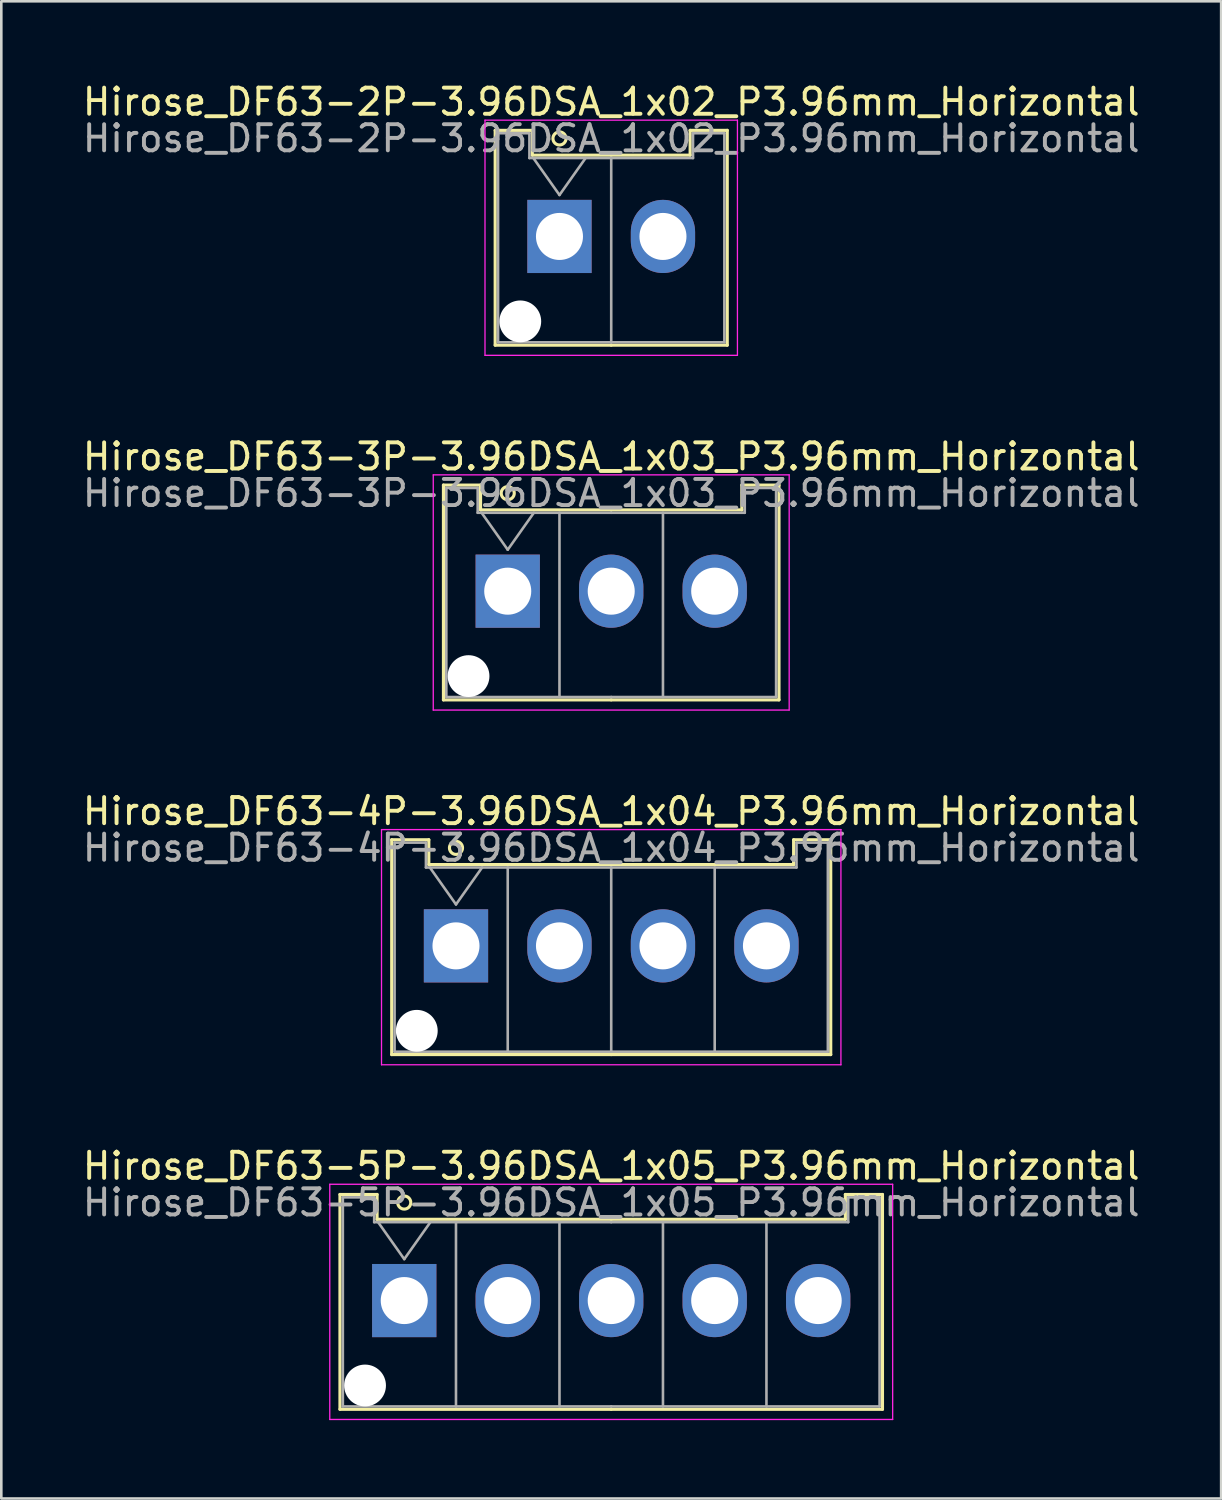
<source format=kicad_pcb>
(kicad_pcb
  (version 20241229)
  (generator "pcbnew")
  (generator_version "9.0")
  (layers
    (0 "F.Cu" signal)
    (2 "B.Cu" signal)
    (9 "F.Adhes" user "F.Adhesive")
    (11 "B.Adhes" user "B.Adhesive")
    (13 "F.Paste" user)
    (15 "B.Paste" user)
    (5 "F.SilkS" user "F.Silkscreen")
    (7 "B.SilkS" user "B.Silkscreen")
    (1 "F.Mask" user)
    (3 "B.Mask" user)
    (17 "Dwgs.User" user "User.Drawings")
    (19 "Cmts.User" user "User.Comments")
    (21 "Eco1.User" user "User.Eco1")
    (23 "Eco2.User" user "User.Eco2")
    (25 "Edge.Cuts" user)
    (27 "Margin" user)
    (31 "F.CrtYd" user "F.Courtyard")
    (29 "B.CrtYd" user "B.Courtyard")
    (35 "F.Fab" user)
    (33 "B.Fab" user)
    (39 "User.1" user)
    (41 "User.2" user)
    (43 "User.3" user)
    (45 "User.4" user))
  (footprint "Hirose_DF63-3P-3.96DSA_1x03_P3.96mm_Horizontal"
    (layer "F.Cu")
    (at 16.379 19.572)
    (property "Reference" "Hirose_DF63-3P-3.96DSA_1x03_P3.96mm_Horizontal" (at 3.96 -5.15 0) (layer "F.SilkS") (effects (font (size 1 1) (thickness 0.15))))
    (attr through_hole)
    (fp_line (start -2.46 -4.06) (end -1.04 -4.06) (stroke (width 0.12) (type solid)) (layer "F.SilkS"))
    (fp_line (start -2.46 4.16) (end -2.46 -4.06) (stroke (width 0.12) (type solid)) (layer "F.SilkS"))
    (fp_line (start -1.04 -4.06) (end -1.04 -3.11) (stroke (width 0.12) (type solid)) (layer "F.SilkS"))
    (fp_line (start -1.04 -3.11) (end 3.96 -3.11) (stroke (width 0.12) (type solid)) (layer "F.SilkS"))
    (fp_line (start 3.96 4.16) (end -2.46 4.16) (stroke (width 0.12) (type solid)) (layer "F.SilkS"))
    (fp_line (start 3.96 4.16) (end 10.38 4.16) (stroke (width 0.12) (type solid)) (layer "F.SilkS"))
    (fp_line (start 8.96 -4.06) (end 8.96 -3.11) (stroke (width 0.12) (type solid)) (layer "F.SilkS"))
    (fp_line (start 8.96 -3.11) (end 3.96 -3.11) (stroke (width 0.12) (type solid)) (layer "F.SilkS"))
    (fp_line (start 10.38 -4.06) (end 8.96 -4.06) (stroke (width 0.12) (type solid)) (layer "F.SilkS"))
    (fp_line (start 10.38 4.16) (end 10.38 -4.06) (stroke (width 0.12) (type solid)) (layer "F.SilkS"))
    (fp_circle (center 0 -3.75) (end 0.25 -3.75) (stroke (width 0.12) (type solid)) (fill no) (layer "F.SilkS"))
    (fp_line (start -2.85 -4.45) (end -2.85 4.55) (stroke (width 0.05) (type solid)) (layer "F.CrtYd"))
    (fp_line (start -2.85 4.55) (end 10.77 4.55) (stroke (width 0.05) (type solid)) (layer "F.CrtYd"))
    (fp_line (start 10.77 -4.45) (end -2.85 -4.45) (stroke (width 0.05) (type solid)) (layer "F.CrtYd"))
    (fp_line (start 10.77 4.55) (end 10.77 -4.45) (stroke (width 0.05) (type solid)) (layer "F.CrtYd"))
    (fp_line (start -2.35 -3.95) (end -1.15 -3.95) (stroke (width 0.1) (type solid)) (layer "F.Fab"))
    (fp_line (start -2.35 4.05) (end -2.35 -3.95) (stroke (width 0.1) (type solid)) (layer "F.Fab"))
    (fp_line (start -1.15 -3.95) (end -1.15 -3) (stroke (width 0.1) (type solid)) (layer "F.Fab"))
    (fp_line (start -1.15 -3) (end 3.96 -3) (stroke (width 0.1) (type solid)) (layer "F.Fab"))
    (fp_line (start -1 -3) (end 0 -1.586) (stroke (width 0.1) (type solid)) (layer "F.Fab"))
    (fp_line (start 0 -1.586) (end 1 -3) (stroke (width 0.1) (type solid)) (layer "F.Fab"))
    (fp_line (start 1.98 -3) (end 1.98 4.05) (stroke (width 0.1) (type solid)) (layer "F.Fab"))
    (fp_line (start 3.96 4.05) (end -2.35 4.05) (stroke (width 0.1) (type solid)) (layer "F.Fab"))
    (fp_line (start 3.96 4.05) (end 10.27 4.05) (stroke (width 0.1) (type solid)) (layer "F.Fab"))
    (fp_line (start 5.94 -3) (end 5.94 4.05) (stroke (width 0.1) (type solid)) (layer "F.Fab"))
    (fp_line (start 9.07 -3.95) (end 9.07 -3) (stroke (width 0.1) (type solid)) (layer "F.Fab"))
    (fp_line (start 9.07 -3) (end 3.96 -3) (stroke (width 0.1) (type solid)) (layer "F.Fab"))
    (fp_line (start 10.27 -3.95) (end 9.07 -3.95) (stroke (width 0.1) (type solid)) (layer "F.Fab"))
    (fp_line (start 10.27 4.05) (end 10.27 -3.95) (stroke (width 0.1) (type solid)) (layer "F.Fab"))
    (fp_text user "${REFERENCE}" (at 3.96 -3.75 0) (layer "F.Fab") (effects (font (size 1 1) (thickness 0.15))))
    (pad "" np_thru_hole circle (at -1.5 3.25) (size 1.6 1.6) (drill 1.6) (layers "*.Cu" "*.Mask"))
    (pad "1" thru_hole rect (at 0 0) (size 2.46 2.8) (drill 1.8) (layers "*.Cu" "*.Mask"))
    (pad "2" thru_hole oval (at 3.96 0) (size 2.46 2.8) (drill 1.8) (layers "*.Cu" "*.Mask"))
    (pad "3" thru_hole oval (at 7.92 0) (size 2.46 2.8) (drill 1.8) (layers "*.Cu" "*.Mask")))
  (footprint "Hirose_DF63-2P-3.96DSA_1x02_P3.96mm_Horizontal"
    (layer "F.Cu")
    (at 18.359 5.998)
    (property "Reference" "Hirose_DF63-2P-3.96DSA_1x02_P3.96mm_Horizontal" (at 1.98 -5.15 0) (layer "F.SilkS") (effects (font (size 1 1) (thickness 0.15))))
    (attr through_hole)
    (fp_line (start -2.46 -4.06) (end -1.04 -4.06) (stroke (width 0.12) (type solid)) (layer "F.SilkS"))
    (fp_line (start -2.46 4.16) (end -2.46 -4.06) (stroke (width 0.12) (type solid)) (layer "F.SilkS"))
    (fp_line (start -1.04 -4.06) (end -1.04 -3.11) (stroke (width 0.12) (type solid)) (layer "F.SilkS"))
    (fp_line (start -1.04 -3.11) (end 1.98 -3.11) (stroke (width 0.12) (type solid)) (layer "F.SilkS"))
    (fp_line (start 1.98 4.16) (end -2.46 4.16) (stroke (width 0.12) (type solid)) (layer "F.SilkS"))
    (fp_line (start 1.98 4.16) (end 6.42 4.16) (stroke (width 0.12) (type solid)) (layer "F.SilkS"))
    (fp_line (start 5 -4.06) (end 5 -3.11) (stroke (width 0.12) (type solid)) (layer "F.SilkS"))
    (fp_line (start 5 -3.11) (end 1.98 -3.11) (stroke (width 0.12) (type solid)) (layer "F.SilkS"))
    (fp_line (start 6.42 -4.06) (end 5 -4.06) (stroke (width 0.12) (type solid)) (layer "F.SilkS"))
    (fp_line (start 6.42 4.16) (end 6.42 -4.06) (stroke (width 0.12) (type solid)) (layer "F.SilkS"))
    (fp_circle (center 0 -3.75) (end 0.25 -3.75) (stroke (width 0.12) (type solid)) (fill no) (layer "F.SilkS"))
    (fp_line (start -2.85 -4.45) (end -2.85 4.55) (stroke (width 0.05) (type solid)) (layer "F.CrtYd"))
    (fp_line (start -2.85 4.55) (end 6.81 4.55) (stroke (width 0.05) (type solid)) (layer "F.CrtYd"))
    (fp_line (start 6.81 -4.45) (end -2.85 -4.45) (stroke (width 0.05) (type solid)) (layer "F.CrtYd"))
    (fp_line (start 6.81 4.55) (end 6.81 -4.45) (stroke (width 0.05) (type solid)) (layer "F.CrtYd"))
    (fp_line (start -2.35 -3.95) (end -1.15 -3.95) (stroke (width 0.1) (type solid)) (layer "F.Fab"))
    (fp_line (start -2.35 4.05) (end -2.35 -3.95) (stroke (width 0.1) (type solid)) (layer "F.Fab"))
    (fp_line (start -1.15 -3.95) (end -1.15 -3) (stroke (width 0.1) (type solid)) (layer "F.Fab"))
    (fp_line (start -1.15 -3) (end 1.98 -3) (stroke (width 0.1) (type solid)) (layer "F.Fab"))
    (fp_line (start -1 -3) (end 0 -1.586) (stroke (width 0.1) (type solid)) (layer "F.Fab"))
    (fp_line (start 0 -1.586) (end 1 -3) (stroke (width 0.1) (type solid)) (layer "F.Fab"))
    (fp_line (start 1.98 -3) (end 1.98 4.05) (stroke (width 0.1) (type solid)) (layer "F.Fab"))
    (fp_line (start 1.98 4.05) (end -2.35 4.05) (stroke (width 0.1) (type solid)) (layer "F.Fab"))
    (fp_line (start 1.98 4.05) (end 6.31 4.05) (stroke (width 0.1) (type solid)) (layer "F.Fab"))
    (fp_line (start 5.11 -3.95) (end 5.11 -3) (stroke (width 0.1) (type solid)) (layer "F.Fab"))
    (fp_line (start 5.11 -3) (end 1.98 -3) (stroke (width 0.1) (type solid)) (layer "F.Fab"))
    (fp_line (start 6.31 -3.95) (end 5.11 -3.95) (stroke (width 0.1) (type solid)) (layer "F.Fab"))
    (fp_line (start 6.31 4.05) (end 6.31 -3.95) (stroke (width 0.1) (type solid)) (layer "F.Fab"))
    (fp_text user "${REFERENCE}" (at 1.98 -3.75 0) (layer "F.Fab") (effects (font (size 1 1) (thickness 0.15))))
    (pad "" np_thru_hole circle (at -1.5 3.25) (size 1.6 1.6) (drill 1.6) (layers "*.Cu" "*.Mask"))
    (pad "1" thru_hole rect (at 0 0) (size 2.46 2.8) (drill 1.8) (layers "*.Cu" "*.Mask"))
    (pad "2" thru_hole oval (at 3.96 0) (size 2.46 2.8) (drill 1.8) (layers "*.Cu" "*.Mask")))
  (footprint "Hirose_DF63-4P-3.96DSA_1x04_P3.96mm_Horizontal"
    (layer "F.Cu")
    (at 14.399 33.145)
    (property "Reference" "Hirose_DF63-4P-3.96DSA_1x04_P3.96mm_Horizontal" (at 5.94 -5.15 0) (layer "F.SilkS") (effects (font (size 1 1) (thickness 0.15))))
    (attr through_hole)
    (fp_line (start -2.46 -4.06) (end -1.04 -4.06) (stroke (width 0.12) (type solid)) (layer "F.SilkS"))
    (fp_line (start -2.46 4.16) (end -2.46 -4.06) (stroke (width 0.12) (type solid)) (layer "F.SilkS"))
    (fp_line (start -1.04 -4.06) (end -1.04 -3.11) (stroke (width 0.12) (type solid)) (layer "F.SilkS"))
    (fp_line (start -1.04 -3.11) (end 5.94 -3.11) (stroke (width 0.12) (type solid)) (layer "F.SilkS"))
    (fp_line (start 5.94 4.16) (end -2.46 4.16) (stroke (width 0.12) (type solid)) (layer "F.SilkS"))
    (fp_line (start 5.94 4.16) (end 14.34 4.16) (stroke (width 0.12) (type solid)) (layer "F.SilkS"))
    (fp_line (start 12.92 -4.06) (end 12.92 -3.11) (stroke (width 0.12) (type solid)) (layer "F.SilkS"))
    (fp_line (start 12.92 -3.11) (end 5.94 -3.11) (stroke (width 0.12) (type solid)) (layer "F.SilkS"))
    (fp_line (start 14.34 -4.06) (end 12.92 -4.06) (stroke (width 0.12) (type solid)) (layer "F.SilkS"))
    (fp_line (start 14.34 4.16) (end 14.34 -4.06) (stroke (width 0.12) (type solid)) (layer "F.SilkS"))
    (fp_circle (center 0 -3.75) (end 0.25 -3.75) (stroke (width 0.12) (type solid)) (fill no) (layer "F.SilkS"))
    (fp_line (start -2.85 -4.45) (end -2.85 4.55) (stroke (width 0.05) (type solid)) (layer "F.CrtYd"))
    (fp_line (start -2.85 4.55) (end 14.73 4.55) (stroke (width 0.05) (type solid)) (layer "F.CrtYd"))
    (fp_line (start 14.73 -4.45) (end -2.85 -4.45) (stroke (width 0.05) (type solid)) (layer "F.CrtYd"))
    (fp_line (start 14.73 4.55) (end 14.73 -4.45) (stroke (width 0.05) (type solid)) (layer "F.CrtYd"))
    (fp_line (start -2.35 -3.95) (end -1.15 -3.95) (stroke (width 0.1) (type solid)) (layer "F.Fab"))
    (fp_line (start -2.35 4.05) (end -2.35 -3.95) (stroke (width 0.1) (type solid)) (layer "F.Fab"))
    (fp_line (start -1.15 -3.95) (end -1.15 -3) (stroke (width 0.1) (type solid)) (layer "F.Fab"))
    (fp_line (start -1.15 -3) (end 5.94 -3) (stroke (width 0.1) (type solid)) (layer "F.Fab"))
    (fp_line (start -1 -3) (end 0 -1.586) (stroke (width 0.1) (type solid)) (layer "F.Fab"))
    (fp_line (start 0 -1.586) (end 1 -3) (stroke (width 0.1) (type solid)) (layer "F.Fab"))
    (fp_line (start 1.98 -3) (end 1.98 4.05) (stroke (width 0.1) (type solid)) (layer "F.Fab"))
    (fp_line (start 5.94 -3) (end 5.94 4.05) (stroke (width 0.1) (type solid)) (layer "F.Fab"))
    (fp_line (start 5.94 4.05) (end -2.35 4.05) (stroke (width 0.1) (type solid)) (layer "F.Fab"))
    (fp_line (start 5.94 4.05) (end 14.23 4.05) (stroke (width 0.1) (type solid)) (layer "F.Fab"))
    (fp_line (start 9.9 -3) (end 9.9 4.05) (stroke (width 0.1) (type solid)) (layer "F.Fab"))
    (fp_line (start 13.03 -3.95) (end 13.03 -3) (stroke (width 0.1) (type solid)) (layer "F.Fab"))
    (fp_line (start 13.03 -3) (end 5.94 -3) (stroke (width 0.1) (type solid)) (layer "F.Fab"))
    (fp_line (start 14.23 -3.95) (end 13.03 -3.95) (stroke (width 0.1) (type solid)) (layer "F.Fab"))
    (fp_line (start 14.23 4.05) (end 14.23 -3.95) (stroke (width 0.1) (type solid)) (layer "F.Fab"))
    (fp_text user "${REFERENCE}" (at 5.94 -3.75 0) (layer "F.Fab") (effects (font (size 1 1) (thickness 0.15))))
    (pad "" np_thru_hole circle (at -1.5 3.25) (size 1.6 1.6) (drill 1.6) (layers "*.Cu" "*.Mask"))
    (pad "1" thru_hole rect (at 0 0) (size 2.46 2.8) (drill 1.8) (layers "*.Cu" "*.Mask"))
    (pad "2" thru_hole oval (at 3.96 0) (size 2.46 2.8) (drill 1.8) (layers "*.Cu" "*.Mask"))
    (pad "3" thru_hole oval (at 7.92 0) (size 2.46 2.8) (drill 1.8) (layers "*.Cu" "*.Mask"))
    (pad "4" thru_hole oval (at 11.88 0) (size 2.46 2.8) (drill 1.8) (layers "*.Cu" "*.Mask")))
  (footprint "Hirose_DF63-5P-3.96DSA_1x05_P3.96mm_Horizontal"
    (layer "F.Cu")
    (at 12.419 46.718)
    (property "Reference" "Hirose_DF63-5P-3.96DSA_1x05_P3.96mm_Horizontal" (at 7.92 -5.15 0) (layer "F.SilkS") (effects (font (size 1 1) (thickness 0.15))))
    (attr through_hole)
    (fp_line (start -2.46 -4.06) (end -1.04 -4.06) (stroke (width 0.12) (type solid)) (layer "F.SilkS"))
    (fp_line (start -2.46 4.16) (end -2.46 -4.06) (stroke (width 0.12) (type solid)) (layer "F.SilkS"))
    (fp_line (start -1.04 -4.06) (end -1.04 -3.11) (stroke (width 0.12) (type solid)) (layer "F.SilkS"))
    (fp_line (start -1.04 -3.11) (end 7.92 -3.11) (stroke (width 0.12) (type solid)) (layer "F.SilkS"))
    (fp_line (start 7.92 4.16) (end -2.46 4.16) (stroke (width 0.12) (type solid)) (layer "F.SilkS"))
    (fp_line (start 7.92 4.16) (end 18.3 4.16) (stroke (width 0.12) (type solid)) (layer "F.SilkS"))
    (fp_line (start 16.88 -4.06) (end 16.88 -3.11) (stroke (width 0.12) (type solid)) (layer "F.SilkS"))
    (fp_line (start 16.88 -3.11) (end 7.92 -3.11) (stroke (width 0.12) (type solid)) (layer "F.SilkS"))
    (fp_line (start 18.3 -4.06) (end 16.88 -4.06) (stroke (width 0.12) (type solid)) (layer "F.SilkS"))
    (fp_line (start 18.3 4.16) (end 18.3 -4.06) (stroke (width 0.12) (type solid)) (layer "F.SilkS"))
    (fp_circle (center 0 -3.75) (end 0.25 -3.75) (stroke (width 0.12) (type solid)) (fill no) (layer "F.SilkS"))
    (fp_line (start -2.85 -4.45) (end -2.85 4.55) (stroke (width 0.05) (type solid)) (layer "F.CrtYd"))
    (fp_line (start -2.85 4.55) (end 18.69 4.55) (stroke (width 0.05) (type solid)) (layer "F.CrtYd"))
    (fp_line (start 18.69 -4.45) (end -2.85 -4.45) (stroke (width 0.05) (type solid)) (layer "F.CrtYd"))
    (fp_line (start 18.69 4.55) (end 18.69 -4.45) (stroke (width 0.05) (type solid)) (layer "F.CrtYd"))
    (fp_line (start -2.35 -3.95) (end -1.15 -3.95) (stroke (width 0.1) (type solid)) (layer "F.Fab"))
    (fp_line (start -2.35 4.05) (end -2.35 -3.95) (stroke (width 0.1) (type solid)) (layer "F.Fab"))
    (fp_line (start -1.15 -3.95) (end -1.15 -3) (stroke (width 0.1) (type solid)) (layer "F.Fab"))
    (fp_line (start -1.15 -3) (end 7.92 -3) (stroke (width 0.1) (type solid)) (layer "F.Fab"))
    (fp_line (start -1 -3) (end 0 -1.586) (stroke (width 0.1) (type solid)) (layer "F.Fab"))
    (fp_line (start 0 -1.586) (end 1 -3) (stroke (width 0.1) (type solid)) (layer "F.Fab"))
    (fp_line (start 1.98 -3) (end 1.98 4.05) (stroke (width 0.1) (type solid)) (layer "F.Fab"))
    (fp_line (start 5.94 -3) (end 5.94 4.05) (stroke (width 0.1) (type solid)) (layer "F.Fab"))
    (fp_line (start 7.92 4.05) (end -2.35 4.05) (stroke (width 0.1) (type solid)) (layer "F.Fab"))
    (fp_line (start 7.92 4.05) (end 18.19 4.05) (stroke (width 0.1) (type solid)) (layer "F.Fab"))
    (fp_line (start 9.9 -3) (end 9.9 4.05) (stroke (width 0.1) (type solid)) (layer "F.Fab"))
    (fp_line (start 13.86 -3) (end 13.86 4.05) (stroke (width 0.1) (type solid)) (layer "F.Fab"))
    (fp_line (start 16.99 -3.95) (end 16.99 -3) (stroke (width 0.1) (type solid)) (layer "F.Fab"))
    (fp_line (start 16.99 -3) (end 7.92 -3) (stroke (width 0.1) (type solid)) (layer "F.Fab"))
    (fp_line (start 18.19 -3.95) (end 16.99 -3.95) (stroke (width 0.1) (type solid)) (layer "F.Fab"))
    (fp_line (start 18.19 4.05) (end 18.19 -3.95) (stroke (width 0.1) (type solid)) (layer "F.Fab"))
    (fp_text user "${REFERENCE}" (at 7.92 -3.75 0) (layer "F.Fab") (effects (font (size 1 1) (thickness 0.15))))
    (pad "" np_thru_hole circle (at -1.5 3.25) (size 1.6 1.6) (drill 1.6) (layers "*.Cu" "*.Mask"))
    (pad "1" thru_hole rect (at 0 0) (size 2.46 2.8) (drill 1.8) (layers "*.Cu" "*.Mask"))
    (pad "2" thru_hole oval (at 3.96 0) (size 2.46 2.8) (drill 1.8) (layers "*.Cu" "*.Mask"))
    (pad "3" thru_hole oval (at 7.92 0) (size 2.46 2.8) (drill 1.8) (layers "*.Cu" "*.Mask"))
    (pad "4" thru_hole oval (at 11.88 0) (size 2.46 2.8) (drill 1.8) (layers "*.Cu" "*.Mask"))
    (pad "5" thru_hole oval (at 15.84 0) (size 2.46 2.8) (drill 1.8) (layers "*.Cu" "*.Mask")))
  (gr_rect
    (start -3 -3)
    (end 43.679 54.293)
    (stroke (width 0.1) (type default))
    (fill no)
    (layer "Edge.Cuts")))
</source>
